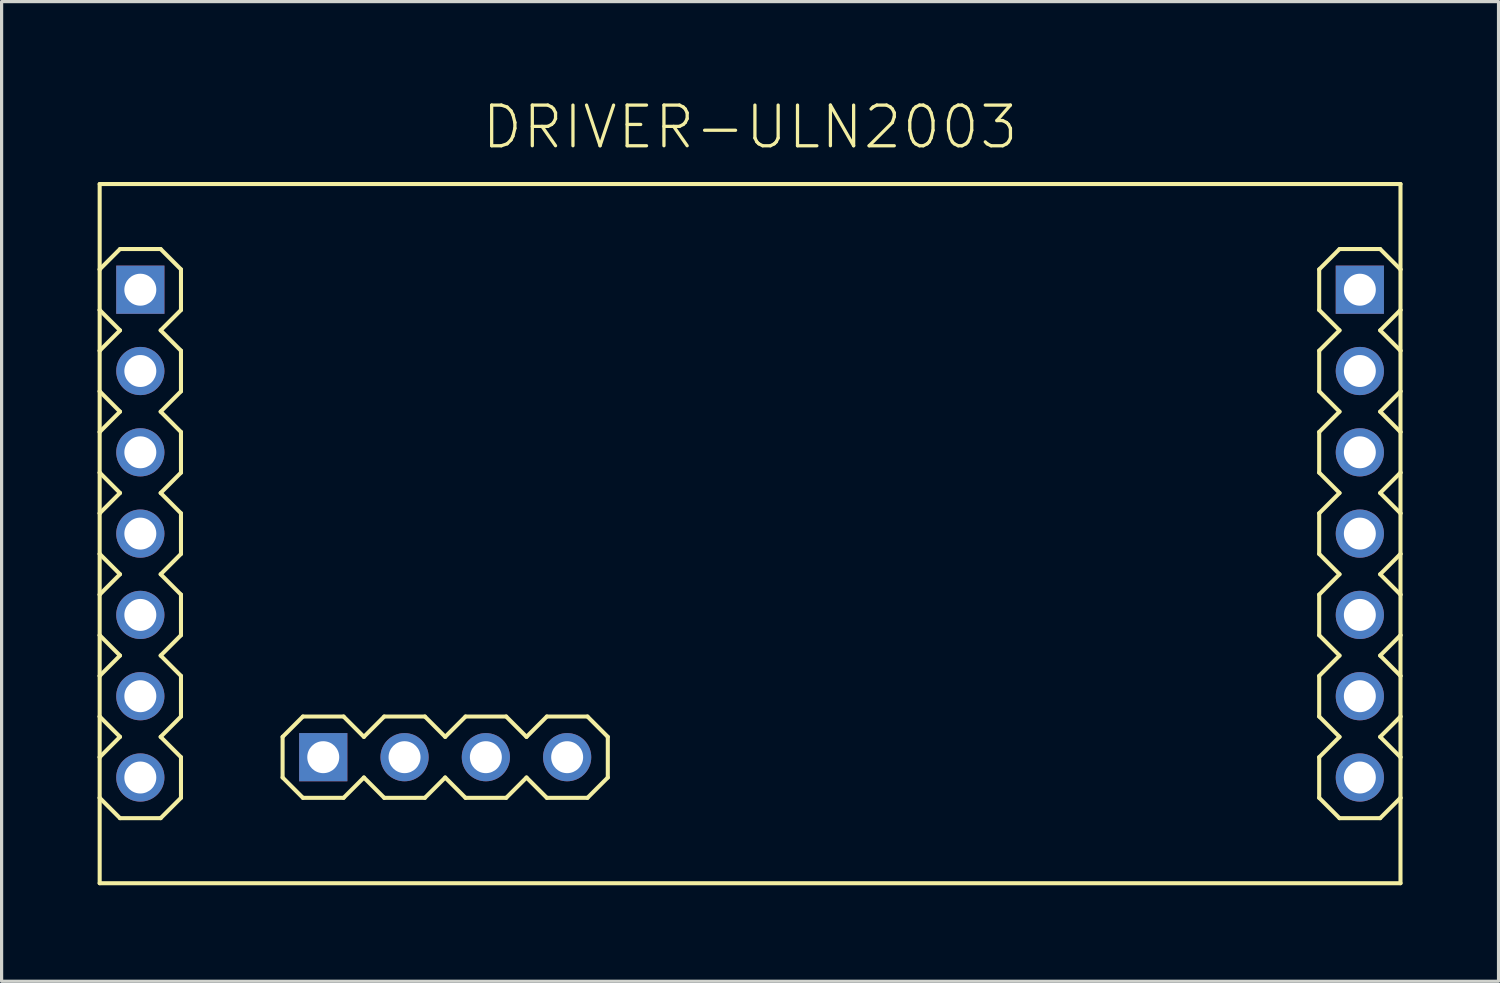
<source format=kicad_pcb>
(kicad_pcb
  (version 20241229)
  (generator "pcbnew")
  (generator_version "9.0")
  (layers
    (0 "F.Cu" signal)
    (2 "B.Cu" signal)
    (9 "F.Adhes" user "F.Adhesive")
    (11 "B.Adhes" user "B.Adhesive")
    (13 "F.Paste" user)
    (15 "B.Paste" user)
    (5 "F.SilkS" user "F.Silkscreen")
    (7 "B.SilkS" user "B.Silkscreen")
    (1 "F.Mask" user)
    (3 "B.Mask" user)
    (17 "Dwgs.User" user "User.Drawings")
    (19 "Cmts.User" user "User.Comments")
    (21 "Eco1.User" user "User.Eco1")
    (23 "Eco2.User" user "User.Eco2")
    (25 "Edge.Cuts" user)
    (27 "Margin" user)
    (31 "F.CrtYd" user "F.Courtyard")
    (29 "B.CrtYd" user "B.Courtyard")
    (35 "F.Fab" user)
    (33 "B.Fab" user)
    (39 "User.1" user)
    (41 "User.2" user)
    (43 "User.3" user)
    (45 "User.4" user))
  (footprint "DRIVER-ULN2003"
    (layer "F.Cu")
    (at 20.384 13.621)
    (property "Reference" "DRIVER-ULN2003" (at 0 -12.7 0) (layer "F.SilkS") (effects (font (size 1.27 1.27) (thickness 0.102))))
    (attr exclude_from_pos_files exclude_from_bom)
    (fp_line (start -20.32 -10.922) (end 20.32 -10.922) (stroke (width 0.127) (type solid)) (layer "F.SilkS"))
    (fp_line (start -20.32 -8.255) (end -20.32 -10.922) (stroke (width 0.127) (type solid)) (layer "F.SilkS"))
    (fp_line (start -20.32 -8.255) (end -19.685 -8.89) (stroke (width 0.127) (type solid)) (layer "F.SilkS"))
    (fp_line (start -20.32 -6.985) (end -20.32 -8.255) (stroke (width 0.127) (type solid)) (layer "F.SilkS"))
    (fp_line (start -20.32 -5.715) (end -20.32 -6.985) (stroke (width 0.127) (type solid)) (layer "F.SilkS"))
    (fp_line (start -20.32 -5.715) (end -19.685 -6.35) (stroke (width 0.127) (type solid)) (layer "F.SilkS"))
    (fp_line (start -20.32 -4.445) (end -20.32 -5.715) (stroke (width 0.127) (type solid)) (layer "F.SilkS"))
    (fp_line (start -20.32 -3.175) (end -20.32 -4.445) (stroke (width 0.127) (type solid)) (layer "F.SilkS"))
    (fp_line (start -20.32 -3.175) (end -19.685 -3.81) (stroke (width 0.127) (type solid)) (layer "F.SilkS"))
    (fp_line (start -20.32 -1.905) (end -20.32 -3.175) (stroke (width 0.127) (type solid)) (layer "F.SilkS"))
    (fp_line (start -20.32 -0.635) (end -20.32 -1.905) (stroke (width 0.127) (type solid)) (layer "F.SilkS"))
    (fp_line (start -20.32 -0.635) (end -19.685 -1.27) (stroke (width 0.127) (type solid)) (layer "F.SilkS"))
    (fp_line (start -20.32 0.635) (end -20.32 -0.635) (stroke (width 0.127) (type solid)) (layer "F.SilkS"))
    (fp_line (start -20.32 1.905) (end -20.32 0.635) (stroke (width 0.127) (type solid)) (layer "F.SilkS"))
    (fp_line (start -20.32 1.905) (end -19.685 1.27) (stroke (width 0.127) (type solid)) (layer "F.SilkS"))
    (fp_line (start -20.32 3.175) (end -20.32 1.905) (stroke (width 0.127) (type solid)) (layer "F.SilkS"))
    (fp_line (start -20.32 4.445) (end -20.32 3.175) (stroke (width 0.127) (type solid)) (layer "F.SilkS"))
    (fp_line (start -20.32 4.445) (end -19.685 3.81) (stroke (width 0.127) (type solid)) (layer "F.SilkS"))
    (fp_line (start -20.32 5.715) (end -20.32 4.445) (stroke (width 0.127) (type solid)) (layer "F.SilkS"))
    (fp_line (start -20.32 6.985) (end -20.32 5.715) (stroke (width 0.127) (type solid)) (layer "F.SilkS"))
    (fp_line (start -20.32 6.985) (end -19.685 6.35) (stroke (width 0.127) (type solid)) (layer "F.SilkS"))
    (fp_line (start -20.32 8.255) (end -20.32 6.985) (stroke (width 0.127) (type solid)) (layer "F.SilkS"))
    (fp_line (start -20.32 10.922) (end -20.32 8.255) (stroke (width 0.127) (type solid)) (layer "F.SilkS"))
    (fp_line (start -19.685 -8.89) (end -18.415 -8.89) (stroke (width 0.127) (type solid)) (layer "F.SilkS"))
    (fp_line (start -19.685 -6.35) (end -20.32 -6.985) (stroke (width 0.127) (type solid)) (layer "F.SilkS"))
    (fp_line (start -19.685 -3.81) (end -20.32 -4.445) (stroke (width 0.127) (type solid)) (layer "F.SilkS"))
    (fp_line (start -19.685 -1.27) (end -20.32 -1.905) (stroke (width 0.127) (type solid)) (layer "F.SilkS"))
    (fp_line (start -19.685 1.27) (end -20.32 0.635) (stroke (width 0.127) (type solid)) (layer "F.SilkS"))
    (fp_line (start -19.685 3.81) (end -20.32 3.175) (stroke (width 0.127) (type solid)) (layer "F.SilkS"))
    (fp_line (start -19.685 6.35) (end -20.32 5.715) (stroke (width 0.127) (type solid)) (layer "F.SilkS"))
    (fp_line (start -19.685 8.89) (end -20.32 8.255) (stroke (width 0.127) (type solid)) (layer "F.SilkS"))
    (fp_line (start -18.415 -8.89) (end -17.78 -8.255) (stroke (width 0.127) (type solid)) (layer "F.SilkS"))
    (fp_line (start -18.415 -6.35) (end -17.78 -5.715) (stroke (width 0.127) (type solid)) (layer "F.SilkS"))
    (fp_line (start -18.415 -3.81) (end -17.78 -3.175) (stroke (width 0.127) (type solid)) (layer "F.SilkS"))
    (fp_line (start -18.415 -1.27) (end -17.78 -0.635) (stroke (width 0.127) (type solid)) (layer "F.SilkS"))
    (fp_line (start -18.415 1.27) (end -17.78 1.905) (stroke (width 0.127) (type solid)) (layer "F.SilkS"))
    (fp_line (start -18.415 3.81) (end -17.78 4.445) (stroke (width 0.127) (type solid)) (layer "F.SilkS"))
    (fp_line (start -18.415 6.35) (end -17.78 6.985) (stroke (width 0.127) (type solid)) (layer "F.SilkS"))
    (fp_line (start -18.415 8.89) (end -19.685 8.89) (stroke (width 0.127) (type solid)) (layer "F.SilkS"))
    (fp_line (start -17.78 -8.255) (end -17.78 -6.985) (stroke (width 0.127) (type solid)) (layer "F.SilkS"))
    (fp_line (start -17.78 -6.985) (end -18.415 -6.35) (stroke (width 0.127) (type solid)) (layer "F.SilkS"))
    (fp_line (start -17.78 -5.715) (end -17.78 -4.445) (stroke (width 0.127) (type solid)) (layer "F.SilkS"))
    (fp_line (start -17.78 -4.445) (end -18.415 -3.81) (stroke (width 0.127) (type solid)) (layer "F.SilkS"))
    (fp_line (start -17.78 -3.175) (end -17.78 -1.905) (stroke (width 0.127) (type solid)) (layer "F.SilkS"))
    (fp_line (start -17.78 -1.905) (end -18.415 -1.27) (stroke (width 0.127) (type solid)) (layer "F.SilkS"))
    (fp_line (start -17.78 -0.635) (end -17.78 0.635) (stroke (width 0.127) (type solid)) (layer "F.SilkS"))
    (fp_line (start -17.78 0.635) (end -18.415 1.27) (stroke (width 0.127) (type solid)) (layer "F.SilkS"))
    (fp_line (start -17.78 1.905) (end -17.78 3.175) (stroke (width 0.127) (type solid)) (layer "F.SilkS"))
    (fp_line (start -17.78 3.175) (end -18.415 3.81) (stroke (width 0.127) (type solid)) (layer "F.SilkS"))
    (fp_line (start -17.78 4.445) (end -17.78 5.715) (stroke (width 0.127) (type solid)) (layer "F.SilkS"))
    (fp_line (start -17.78 5.715) (end -18.415 6.35) (stroke (width 0.127) (type solid)) (layer "F.SilkS"))
    (fp_line (start -17.78 6.985) (end -17.78 8.255) (stroke (width 0.127) (type solid)) (layer "F.SilkS"))
    (fp_line (start -17.78 8.255) (end -18.415 8.89) (stroke (width 0.127) (type solid)) (layer "F.SilkS"))
    (fp_line (start -14.605 6.35) (end -13.97 5.715) (stroke (width 0.127) (type solid)) (layer "F.SilkS"))
    (fp_line (start -14.605 7.62) (end -14.605 6.35) (stroke (width 0.127) (type solid)) (layer "F.SilkS"))
    (fp_line (start -13.97 5.715) (end -12.7 5.715) (stroke (width 0.127) (type solid)) (layer "F.SilkS"))
    (fp_line (start -13.97 8.255) (end -14.605 7.62) (stroke (width 0.127) (type solid)) (layer "F.SilkS"))
    (fp_line (start -12.7 5.715) (end -12.065 6.35) (stroke (width 0.127) (type solid)) (layer "F.SilkS"))
    (fp_line (start -12.7 8.255) (end -13.97 8.255) (stroke (width 0.127) (type solid)) (layer "F.SilkS"))
    (fp_line (start -12.065 6.35) (end -11.43 5.715) (stroke (width 0.127) (type solid)) (layer "F.SilkS"))
    (fp_line (start -12.065 7.62) (end -12.7 8.255) (stroke (width 0.127) (type solid)) (layer "F.SilkS"))
    (fp_line (start -11.43 5.715) (end -10.16 5.715) (stroke (width 0.127) (type solid)) (layer "F.SilkS"))
    (fp_line (start -11.43 8.255) (end -12.065 7.62) (stroke (width 0.127) (type solid)) (layer "F.SilkS"))
    (fp_line (start -10.16 5.715) (end -9.525 6.35) (stroke (width 0.127) (type solid)) (layer "F.SilkS"))
    (fp_line (start -10.16 8.255) (end -11.43 8.255) (stroke (width 0.127) (type solid)) (layer "F.SilkS"))
    (fp_line (start -9.525 6.35) (end -8.89 5.715) (stroke (width 0.127) (type solid)) (layer "F.SilkS"))
    (fp_line (start -9.525 7.62) (end -10.16 8.255) (stroke (width 0.127) (type solid)) (layer "F.SilkS"))
    (fp_line (start -8.89 5.715) (end -7.62 5.715) (stroke (width 0.127) (type solid)) (layer "F.SilkS"))
    (fp_line (start -8.89 8.255) (end -9.525 7.62) (stroke (width 0.127) (type solid)) (layer "F.SilkS"))
    (fp_line (start -7.62 5.715) (end -6.985 6.35) (stroke (width 0.127) (type solid)) (layer "F.SilkS"))
    (fp_line (start -7.62 8.255) (end -8.89 8.255) (stroke (width 0.127) (type solid)) (layer "F.SilkS"))
    (fp_line (start -6.985 6.35) (end -6.35 5.715) (stroke (width 0.127) (type solid)) (layer "F.SilkS"))
    (fp_line (start -6.985 7.62) (end -7.62 8.255) (stroke (width 0.127) (type solid)) (layer "F.SilkS"))
    (fp_line (start -6.35 5.715) (end -5.08 5.715) (stroke (width 0.127) (type solid)) (layer "F.SilkS"))
    (fp_line (start -6.35 8.255) (end -6.985 7.62) (stroke (width 0.127) (type solid)) (layer "F.SilkS"))
    (fp_line (start -5.08 5.715) (end -4.445 6.35) (stroke (width 0.127) (type solid)) (layer "F.SilkS"))
    (fp_line (start -5.08 8.255) (end -6.35 8.255) (stroke (width 0.127) (type solid)) (layer "F.SilkS"))
    (fp_line (start -4.445 6.35) (end -4.445 7.62) (stroke (width 0.127) (type solid)) (layer "F.SilkS"))
    (fp_line (start -4.445 7.62) (end -5.08 8.255) (stroke (width 0.127) (type solid)) (layer "F.SilkS"))
    (fp_line (start 17.78 -8.255) (end 18.415 -8.89) (stroke (width 0.127) (type solid)) (layer "F.SilkS"))
    (fp_line (start 17.78 -6.985) (end 17.78 -8.255) (stroke (width 0.127) (type solid)) (layer "F.SilkS"))
    (fp_line (start 17.78 -5.715) (end 18.415 -6.35) (stroke (width 0.127) (type solid)) (layer "F.SilkS"))
    (fp_line (start 17.78 -4.445) (end 17.78 -5.715) (stroke (width 0.127) (type solid)) (layer "F.SilkS"))
    (fp_line (start 17.78 -3.175) (end 18.415 -3.81) (stroke (width 0.127) (type solid)) (layer "F.SilkS"))
    (fp_line (start 17.78 -1.905) (end 17.78 -3.175) (stroke (width 0.127) (type solid)) (layer "F.SilkS"))
    (fp_line (start 17.78 -0.635) (end 18.415 -1.27) (stroke (width 0.127) (type solid)) (layer "F.SilkS"))
    (fp_line (start 17.78 0.635) (end 17.78 -0.635) (stroke (width 0.127) (type solid)) (layer "F.SilkS"))
    (fp_line (start 17.78 1.905) (end 18.415 1.27) (stroke (width 0.127) (type solid)) (layer "F.SilkS"))
    (fp_line (start 17.78 3.175) (end 17.78 1.905) (stroke (width 0.127) (type solid)) (layer "F.SilkS"))
    (fp_line (start 17.78 4.445) (end 18.415 3.81) (stroke (width 0.127) (type solid)) (layer "F.SilkS"))
    (fp_line (start 17.78 5.715) (end 17.78 4.445) (stroke (width 0.127) (type solid)) (layer "F.SilkS"))
    (fp_line (start 17.78 6.985) (end 18.415 6.35) (stroke (width 0.127) (type solid)) (layer "F.SilkS"))
    (fp_line (start 17.78 8.255) (end 17.78 6.985) (stroke (width 0.127) (type solid)) (layer "F.SilkS"))
    (fp_line (start 18.415 -8.89) (end 19.685 -8.89) (stroke (width 0.127) (type solid)) (layer "F.SilkS"))
    (fp_line (start 18.415 -6.35) (end 17.78 -6.985) (stroke (width 0.127) (type solid)) (layer "F.SilkS"))
    (fp_line (start 18.415 -3.81) (end 17.78 -4.445) (stroke (width 0.127) (type solid)) (layer "F.SilkS"))
    (fp_line (start 18.415 -1.27) (end 17.78 -1.905) (stroke (width 0.127) (type solid)) (layer "F.SilkS"))
    (fp_line (start 18.415 1.27) (end 17.78 0.635) (stroke (width 0.127) (type solid)) (layer "F.SilkS"))
    (fp_line (start 18.415 3.81) (end 17.78 3.175) (stroke (width 0.127) (type solid)) (layer "F.SilkS"))
    (fp_line (start 18.415 6.35) (end 17.78 5.715) (stroke (width 0.127) (type solid)) (layer "F.SilkS"))
    (fp_line (start 18.415 8.89) (end 17.78 8.255) (stroke (width 0.127) (type solid)) (layer "F.SilkS"))
    (fp_line (start 19.685 -8.89) (end 20.32 -8.255) (stroke (width 0.127) (type solid)) (layer "F.SilkS"))
    (fp_line (start 19.685 -6.35) (end 20.32 -5.715) (stroke (width 0.127) (type solid)) (layer "F.SilkS"))
    (fp_line (start 19.685 -3.81) (end 20.32 -3.175) (stroke (width 0.127) (type solid)) (layer "F.SilkS"))
    (fp_line (start 19.685 -1.27) (end 20.32 -0.635) (stroke (width 0.127) (type solid)) (layer "F.SilkS"))
    (fp_line (start 19.685 1.27) (end 20.32 1.905) (stroke (width 0.127) (type solid)) (layer "F.SilkS"))
    (fp_line (start 19.685 3.81) (end 20.32 4.445) (stroke (width 0.127) (type solid)) (layer "F.SilkS"))
    (fp_line (start 19.685 6.35) (end 20.32 6.985) (stroke (width 0.127) (type solid)) (layer "F.SilkS"))
    (fp_line (start 19.685 8.89) (end 18.415 8.89) (stroke (width 0.127) (type solid)) (layer "F.SilkS"))
    (fp_line (start 20.32 -10.922) (end 20.32 -8.255) (stroke (width 0.127) (type solid)) (layer "F.SilkS"))
    (fp_line (start 20.32 -8.255) (end 20.32 -6.985) (stroke (width 0.127) (type solid)) (layer "F.SilkS"))
    (fp_line (start 20.32 -6.985) (end 19.685 -6.35) (stroke (width 0.127) (type solid)) (layer "F.SilkS"))
    (fp_line (start 20.32 -6.985) (end 20.32 -5.715) (stroke (width 0.127) (type solid)) (layer "F.SilkS"))
    (fp_line (start 20.32 -5.715) (end 20.32 -4.445) (stroke (width 0.127) (type solid)) (layer "F.SilkS"))
    (fp_line (start 20.32 -4.445) (end 19.685 -3.81) (stroke (width 0.127) (type solid)) (layer "F.SilkS"))
    (fp_line (start 20.32 -4.445) (end 20.32 -3.175) (stroke (width 0.127) (type solid)) (layer "F.SilkS"))
    (fp_line (start 20.32 -3.175) (end 20.32 -1.905) (stroke (width 0.127) (type solid)) (layer "F.SilkS"))
    (fp_line (start 20.32 -1.905) (end 19.685 -1.27) (stroke (width 0.127) (type solid)) (layer "F.SilkS"))
    (fp_line (start 20.32 -1.905) (end 20.32 -0.635) (stroke (width 0.127) (type solid)) (layer "F.SilkS"))
    (fp_line (start 20.32 -0.635) (end 20.32 0.635) (stroke (width 0.127) (type solid)) (layer "F.SilkS"))
    (fp_line (start 20.32 0.635) (end 19.685 1.27) (stroke (width 0.127) (type solid)) (layer "F.SilkS"))
    (fp_line (start 20.32 0.635) (end 20.32 1.905) (stroke (width 0.127) (type solid)) (layer "F.SilkS"))
    (fp_line (start 20.32 1.905) (end 20.32 3.175) (stroke (width 0.127) (type solid)) (layer "F.SilkS"))
    (fp_line (start 20.32 3.175) (end 19.685 3.81) (stroke (width 0.127) (type solid)) (layer "F.SilkS"))
    (fp_line (start 20.32 3.175) (end 20.32 4.445) (stroke (width 0.127) (type solid)) (layer "F.SilkS"))
    (fp_line (start 20.32 4.445) (end 20.32 5.715) (stroke (width 0.127) (type solid)) (layer "F.SilkS"))
    (fp_line (start 20.32 5.715) (end 19.685 6.35) (stroke (width 0.127) (type solid)) (layer "F.SilkS"))
    (fp_line (start 20.32 5.715) (end 20.32 6.985) (stroke (width 0.127) (type solid)) (layer "F.SilkS"))
    (fp_line (start 20.32 6.985) (end 20.32 8.255) (stroke (width 0.127) (type solid)) (layer "F.SilkS"))
    (fp_line (start 20.32 8.255) (end 19.685 8.89) (stroke (width 0.127) (type solid)) (layer "F.SilkS"))
    (fp_line (start 20.32 8.255) (end 20.32 10.922) (stroke (width 0.127) (type solid)) (layer "F.SilkS"))
    (fp_line (start 20.32 10.922) (end -20.32 10.922) (stroke (width 0.127) (type solid)) (layer "F.SilkS"))
    (pad "J1.1" thru_hole rect (at -19.05 -7.62) (size 1.506 1.506) (drill 0.998) (layers "*.Cu" "*.Paste" "*.Mask"))
    (pad "J1.2" thru_hole circle (at -19.05 -5.08) (size 1.506 1.506) (drill 0.998) (layers "*.Cu" "*.Paste" "*.Mask"))
    (pad "J1.3" thru_hole circle (at -19.05 -2.54) (size 1.506 1.506) (drill 0.998) (layers "*.Cu" "*.Paste" "*.Mask"))
    (pad "J1.4" thru_hole circle (at -19.05 0) (size 1.506 1.506) (drill 0.998) (layers "*.Cu" "*.Paste" "*.Mask"))
    (pad "J1.5" thru_hole circle (at -19.05 2.54) (size 1.506 1.506) (drill 0.998) (layers "*.Cu" "*.Paste" "*.Mask"))
    (pad "J1.6" thru_hole circle (at -19.05 5.08) (size 1.506 1.506) (drill 0.998) (layers "*.Cu" "*.Paste" "*.Mask"))
    (pad "J1.7" thru_hole circle (at -19.05 7.62) (size 1.506 1.506) (drill 0.998) (layers "*.Cu" "*.Paste" "*.Mask"))
    (pad "J2.1" thru_hole rect (at 19.05 -7.62) (size 1.506 1.506) (drill 0.998) (layers "*.Cu" "*.Paste" "*.Mask"))
    (pad "J2.2" thru_hole circle (at 19.05 -5.08) (size 1.506 1.506) (drill 0.998) (layers "*.Cu" "*.Paste" "*.Mask"))
    (pad "J2.3" thru_hole circle (at 19.05 -2.54) (size 1.506 1.506) (drill 0.998) (layers "*.Cu" "*.Paste" "*.Mask"))
    (pad "J2.4" thru_hole circle (at 19.05 0) (size 1.506 1.506) (drill 0.998) (layers "*.Cu" "*.Paste" "*.Mask"))
    (pad "J2.5" thru_hole circle (at 19.05 2.54) (size 1.506 1.506) (drill 0.998) (layers "*.Cu" "*.Paste" "*.Mask"))
    (pad "J2.6" thru_hole circle (at 19.05 5.08) (size 1.506 1.506) (drill 0.998) (layers "*.Cu" "*.Paste" "*.Mask"))
    (pad "J2.7" thru_hole circle (at 19.05 7.62) (size 1.506 1.506) (drill 0.998) (layers "*.Cu" "*.Paste" "*.Mask"))
    (pad "J3.1" thru_hole rect (at -13.335 6.985) (size 1.506 1.506) (drill 0.998) (layers "*.Cu" "*.Paste" "*.Mask"))
    (pad "J3.2" thru_hole circle (at -10.795 6.985) (size 1.506 1.506) (drill 0.998) (layers "*.Cu" "*.Paste" "*.Mask"))
    (pad "J3.3" thru_hole circle (at -8.255 6.985) (size 1.506 1.506) (drill 0.998) (layers "*.Cu" "*.Paste" "*.Mask"))
    (pad "J3.4" thru_hole circle (at -5.715 6.985) (size 1.506 1.506) (drill 0.998) (layers "*.Cu" "*.Paste" "*.Mask")))
  (gr_rect
    (start -3 -3)
    (end 43.767 27.607)
    (stroke (width 0.1) (type default))
    (fill no)
    (layer "Edge.Cuts")))
</source>
